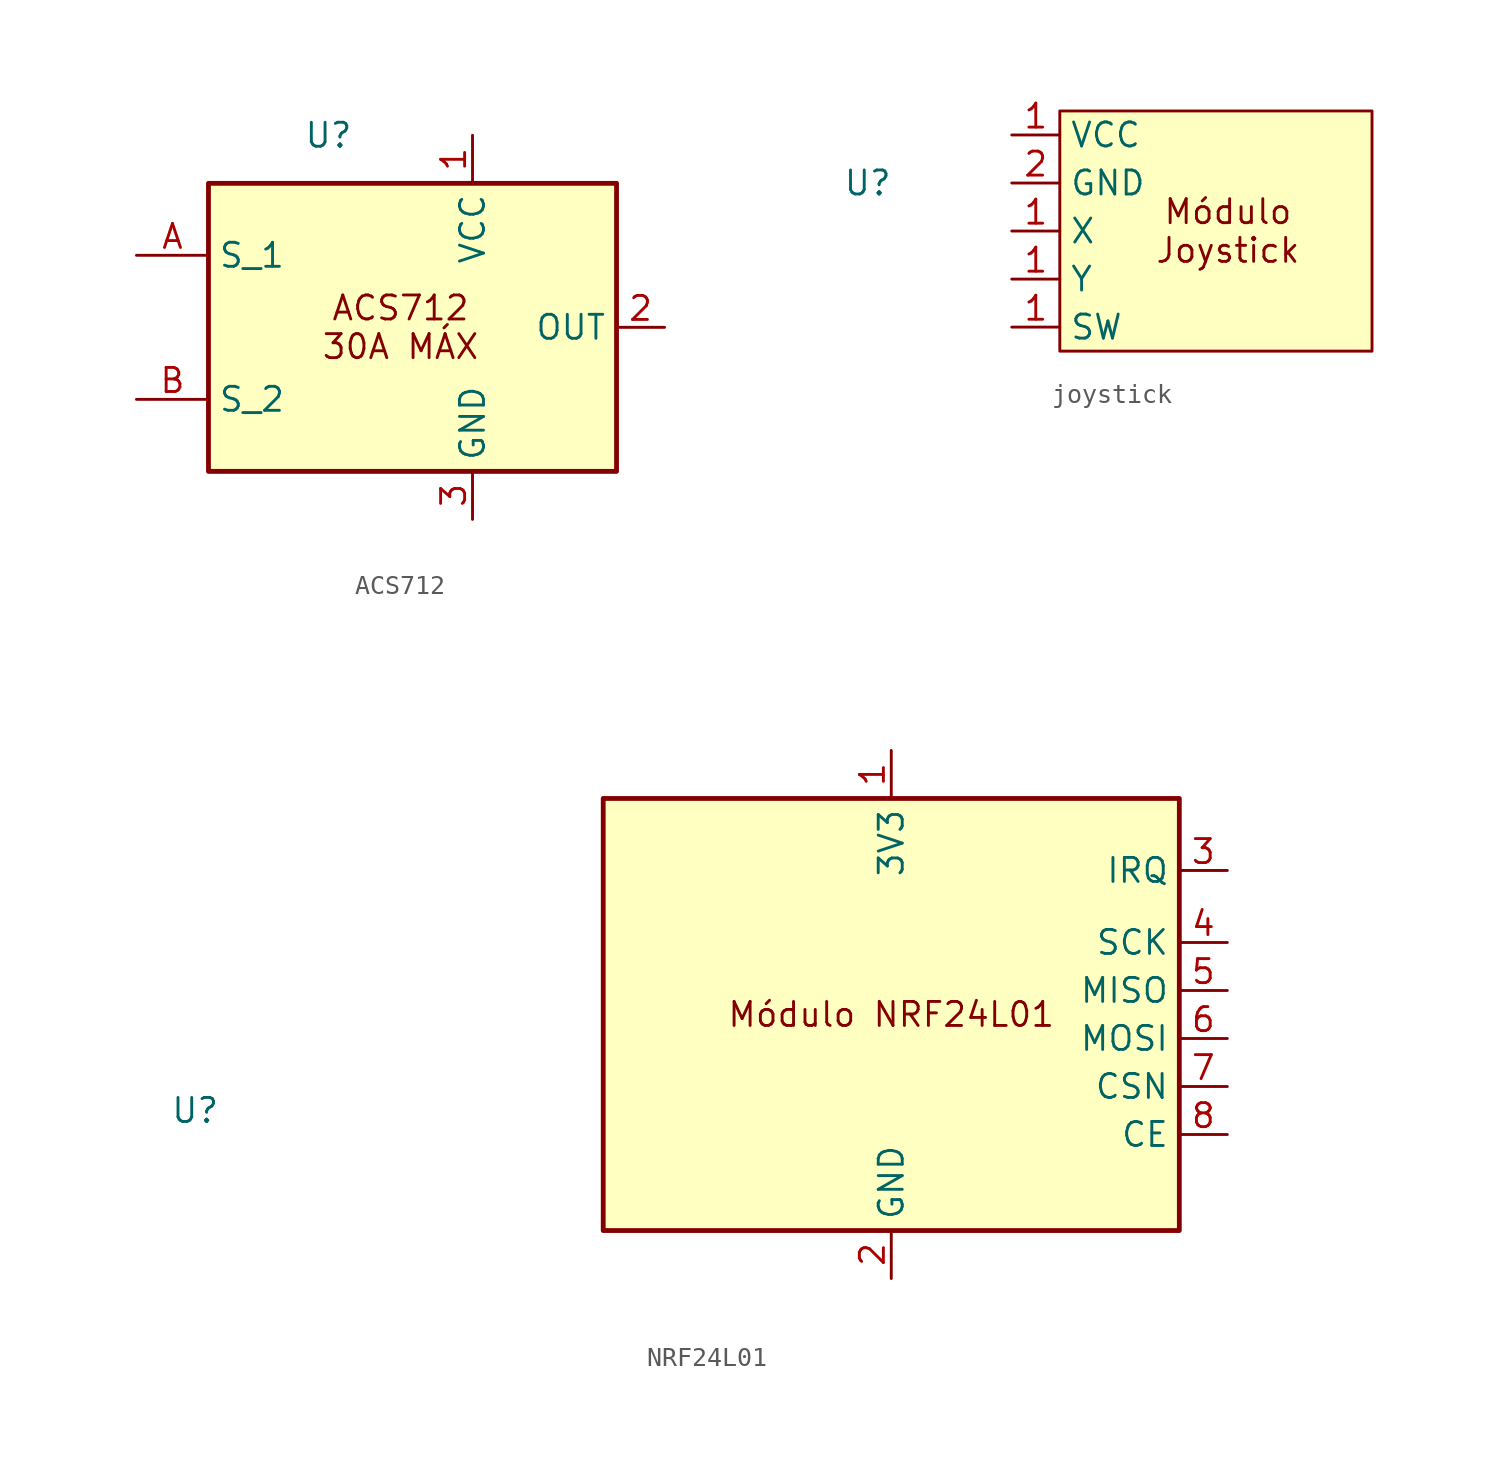
<source format=kicad_sym>
(kicad_symbol_lib
  (version 20220914)
  (generator kicad_symbol_editor)
  (symbol "ACS712"
    (property "Reference" "U"
      (at 2.54 7.62 0)
      (effects (font (size 1.27 1.27))))
    (property "Value" ""
      (at 2.54 7.62 0)
      (effects (font (size 1.27 1.27))))
    (symbol "ACS712_0_1"
      (rectangle (start -3.81 5.08) (end 17.78 -10.16) (stroke (width 0.254) (type default)) (fill (type background))))
    (symbol "ACS712_1_1"
      (text "ACS712\n30A MÁX\n" (at 6.35 -2.54 0) (effects (font (size 1.27 1.27))))
      (pin power_in line (at 10.16 7.62 270) (length 2.54) (name "VCC" (effects (font (size 1.27 1.27)))) (number "1" (effects (font (size 1.27 1.27)))))
      (pin open_collector line (at 20.32 -2.54 180) (length 2.54) (name "OUT" (effects (font (size 1.27 1.27)))) (number "2" (effects (font (size 1.27 1.27)))))
      (pin power_in line (at 10.16 -12.7 90) (length 2.54) (name "GND" (effects (font (size 1.27 1.27)))) (number "3" (effects (font (size 1.27 1.27)))))
      (pin bidirectional line (at -7.62 1.27 0) (length 3.81) (name "S_1" (effects (font (size 1.27 1.27)))) (number "A" (effects (font (size 1.27 1.27)))))
      (pin bidirectional line (at -7.62 -6.35 0) (length 3.81) (name "S_2" (effects (font (size 1.27 1.27)))) (number "B" (effects (font (size 1.27 1.27)))))))
  (symbol "joystick"
    (property "Reference" "U"
      (at 0 0 0)
      (effects (font (size 1.27 1.27))))
    (property "Value" ""
      (at 0 0 0)
      (effects (font (size 1.27 1.27))))
    (symbol "joystick_1_1"
      (rectangle (start 10.16 3.81) (end 26.67 -8.89) (stroke (width 0) (type default)) (fill (type background)))
      (text "Módulo\nJoystick" (at 19.05 -2.54 0) (effects (font (size 1.27 1.27))))
      (pin input line (at 7.62 -7.62 0) (length 2.54) (name "SW" (effects (font (size 1.27 1.27)))) (number "1" (effects (font (size 1.27 1.27)))))
      (pin input line (at 7.62 2.54 0) (length 2.54) (name "VCC" (effects (font (size 1.27 1.27)))) (number "1" (effects (font (size 1.27 1.27)))))
      (pin input line (at 7.62 -2.54 0) (length 2.54) (name "X" (effects (font (size 1.27 1.27)))) (number "1" (effects (font (size 1.27 1.27)))))
      (pin input line (at 7.62 -5.08 0) (length 2.54) (name "Y" (effects (font (size 1.27 1.27)))) (number "1" (effects (font (size 1.27 1.27)))))
      (pin input line (at 7.62 0 0) (length 2.54) (name "GND" (effects (font (size 1.27 1.27)))) (number "2" (effects (font (size 1.27 1.27)))))))
  (symbol "NRF24L01"
    (property "Reference" "U"
      (at 0 0 0)
      (effects (font (size 1.27 1.27))))
    (property "Value" ""
      (at 0 0 0)
      (effects (font (size 1.27 1.27))))
    (symbol "NRF24L01_0_1"
      (rectangle (start 21.59 16.51) (end 52.07 -6.35) (stroke (width 0.254) (type default)) (fill (type background))))
    (symbol "NRF24L01_1_1"
      (text "Módulo NRF24L01\n" (at 36.83 5.08 0) (effects (font (size 1.27 1.27))))
      (pin power_in line (at 36.83 19.05 270) (length 2.54) (name "3V3" (effects (font (size 1.27 1.27)))) (number "1" (effects (font (size 1.27 1.27)))))
      (pin power_in line (at 36.83 -8.89 90) (length 2.54) (name "GND" (effects (font (size 1.27 1.27)))) (number "2" (effects (font (size 1.27 1.27)))))
      (pin input line (at 54.61 12.7 180) (length 2.54) (name "IRQ" (effects (font (size 1.27 1.27)))) (number "3" (effects (font (size 1.27 1.27)))))
      (pin input line (at 54.61 8.89 180) (length 2.54) (name "SCK" (effects (font (size 1.27 1.27)))) (number "4" (effects (font (size 1.27 1.27)))))
      (pin output line (at 54.61 6.35 180) (length 2.54) (name "MISO" (effects (font (size 1.27 1.27)))) (number "5" (effects (font (size 1.27 1.27)))))
      (pin input line (at 54.61 3.81 180) (length 2.54) (name "MOSI" (effects (font (size 1.27 1.27)))) (number "6" (effects (font (size 1.27 1.27)))))
      (pin input line (at 54.61 1.27 180) (length 2.54) (name "CSN" (effects (font (size 1.27 1.27)))) (number "7" (effects (font (size 1.27 1.27)))))
      (pin input line (at 54.61 -1.27 180) (length 2.54) (name "CE" (effects (font (size 1.27 1.27)))) (number "8" (effects (font (size 1.27 1.27))))))))
</source>
